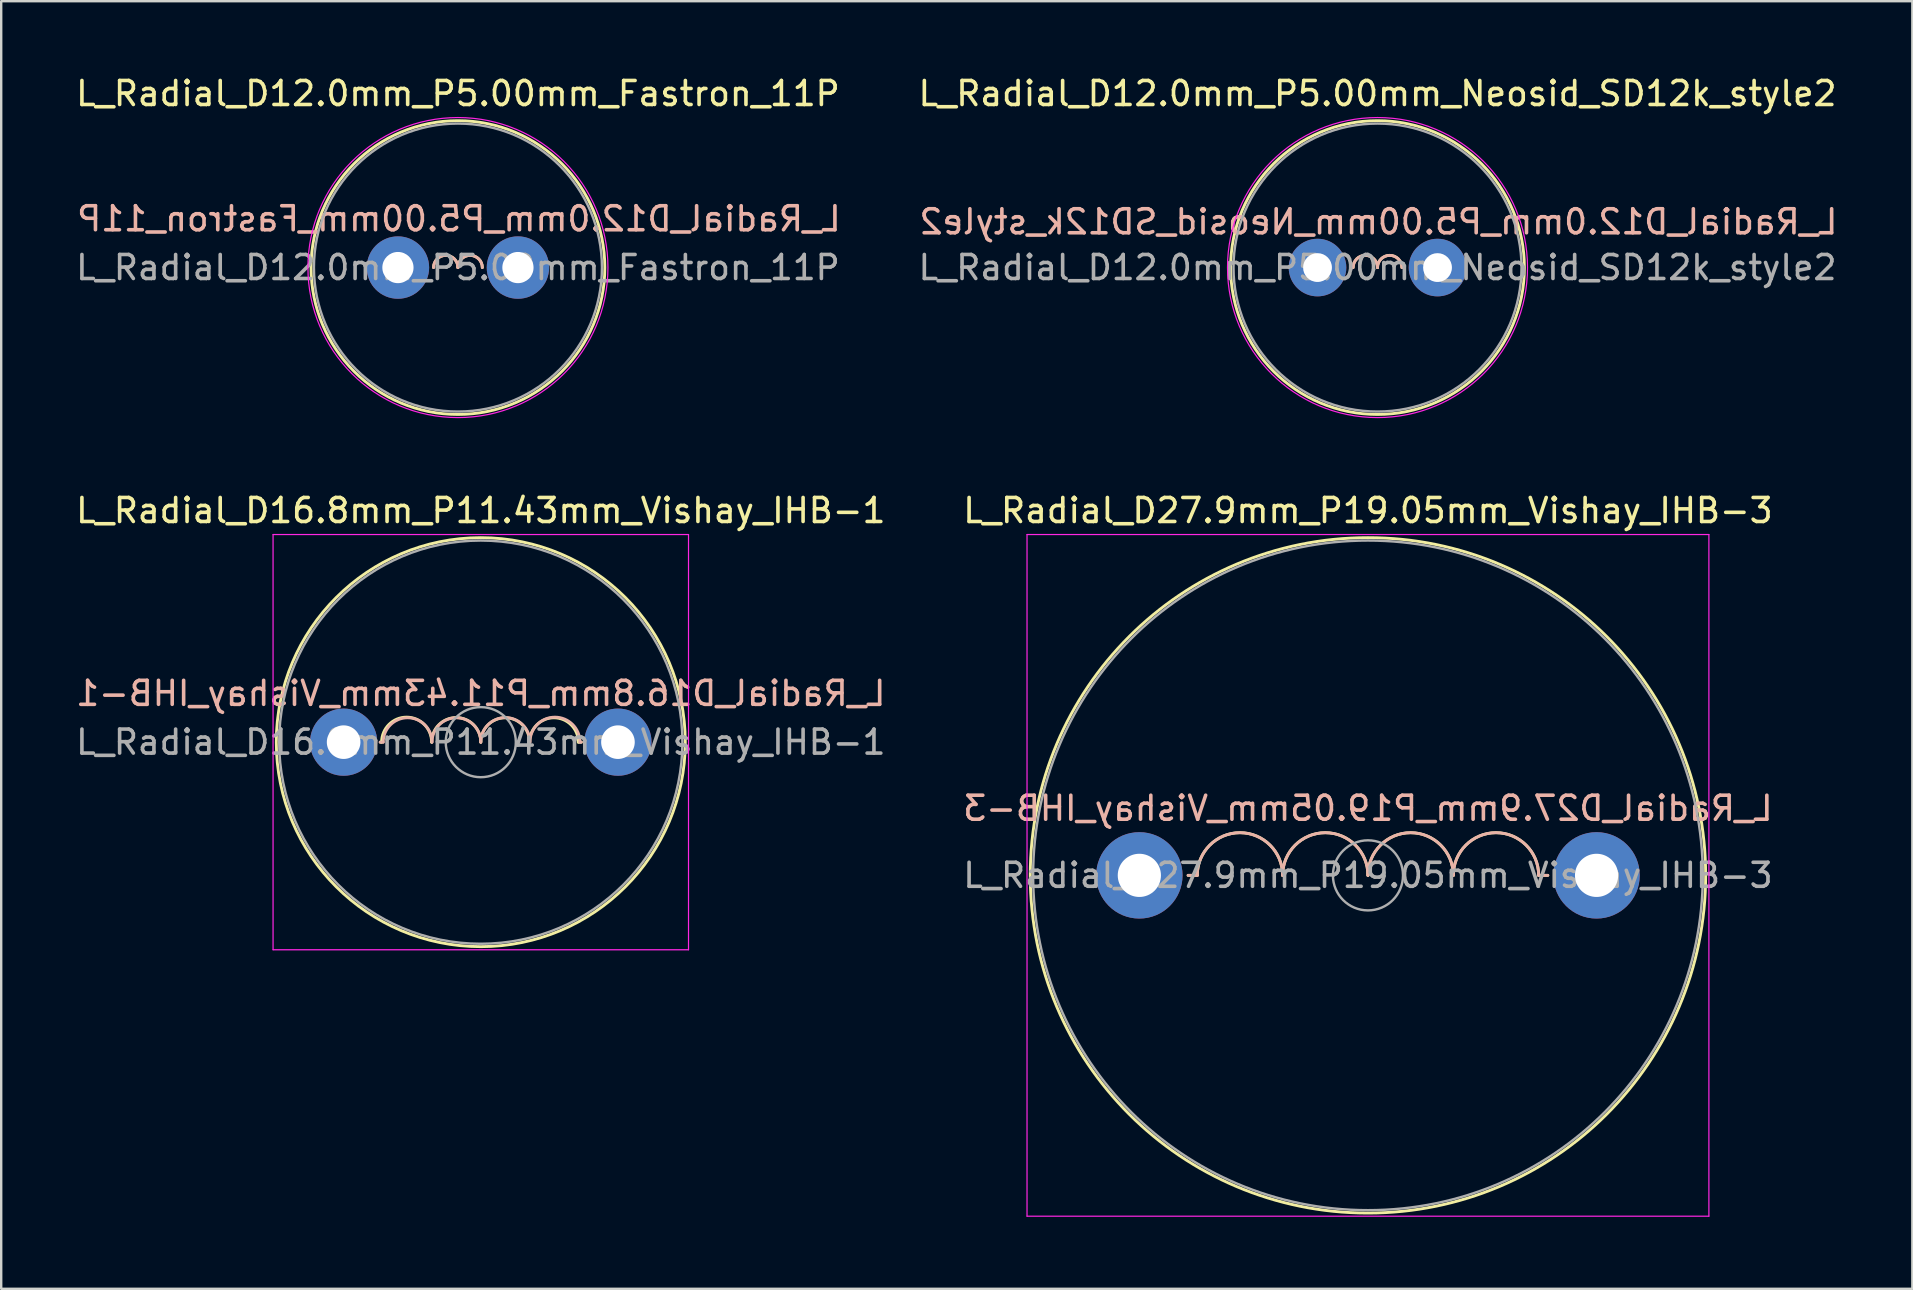
<source format=kicad_pcb>
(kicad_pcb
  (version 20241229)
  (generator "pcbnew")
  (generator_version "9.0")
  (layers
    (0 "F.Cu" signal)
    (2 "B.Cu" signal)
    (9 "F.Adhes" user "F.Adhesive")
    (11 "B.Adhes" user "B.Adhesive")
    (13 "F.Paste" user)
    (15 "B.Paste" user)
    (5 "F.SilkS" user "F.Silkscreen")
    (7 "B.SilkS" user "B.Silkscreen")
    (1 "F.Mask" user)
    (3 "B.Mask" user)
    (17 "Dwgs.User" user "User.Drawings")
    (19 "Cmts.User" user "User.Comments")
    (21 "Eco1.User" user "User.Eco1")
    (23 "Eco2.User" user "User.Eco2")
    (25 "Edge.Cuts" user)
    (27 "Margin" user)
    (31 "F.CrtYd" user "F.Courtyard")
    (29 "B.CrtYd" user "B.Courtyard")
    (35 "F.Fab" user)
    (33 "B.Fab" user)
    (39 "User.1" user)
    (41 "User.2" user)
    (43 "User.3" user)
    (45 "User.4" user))
  (footprint "L_Radial_D27.9mm_P19.05mm_Vishay_IHB-3"
    (layer "F.Cu")
    (at 44.421 33.422)
    (property "Reference" "L_Radial_D27.9mm_P19.05mm_Vishay_IHB-3" (at 9.525 -15.2 0) (layer "F.SilkS") (effects (font (size 1 1) (thickness 0.15))))
    (fp_line (start 2.413 0) (end 2.032 0) (stroke (width 0.12) (type solid)) (layer "F.SilkS"))
    (fp_line (start 16.637 0) (end 17.018 0) (stroke (width 0.12) (type solid)) (layer "F.SilkS"))
    (fp_arc (start 2.413 0) (mid 4.191 -1.778) (end 5.969 0) (stroke (width 0.12) (type solid)) (layer "F.SilkS"))
    (fp_arc (start 5.969 0) (mid 7.747 -1.778) (end 9.525 0) (stroke (width 0.12) (type solid)) (layer "F.SilkS"))
    (fp_arc (start 9.526 0) (mid 11.303 -1.777) (end 13.08 0) (stroke (width 0.12) (type solid)) (layer "F.SilkS"))
    (fp_arc (start 13.081 0) (mid 14.859 -1.778) (end 16.637 0) (stroke (width 0.12) (type solid)) (layer "F.SilkS"))
    (fp_circle (center 9.525 0) (end 23.595 0) (stroke (width 0.12) (type solid)) (fill no) (layer "F.SilkS"))
    (fp_line (start 2.413 0) (end 2.032 0) (stroke (width 0.12) (type solid)) (layer "B.SilkS"))
    (fp_line (start 16.637 0) (end 17.018 0) (stroke (width 0.12) (type solid)) (layer "B.SilkS"))
    (fp_arc (start 2.413 0) (mid 4.191 -1.778) (end 5.969 0) (stroke (width 0.12) (type solid)) (layer "B.SilkS"))
    (fp_arc (start 5.97 0) (mid 7.747 -1.777) (end 9.524 0) (stroke (width 0.12) (type solid)) (layer "B.SilkS"))
    (fp_arc (start 9.525 0) (mid 11.303 -1.778) (end 13.081 0) (stroke (width 0.12) (type solid)) (layer "B.SilkS"))
    (fp_arc (start 13.081 0) (mid 14.859 -1.778) (end 16.637 0) (stroke (width 0.12) (type solid)) (layer "B.SilkS"))
    (fp_line (start -4.68 -14.2) (end -4.68 14.2) (stroke (width 0.05) (type solid)) (layer "F.CrtYd"))
    (fp_line (start -4.68 14.2) (end 23.73 14.2) (stroke (width 0.05) (type solid)) (layer "F.CrtYd"))
    (fp_line (start 23.73 -14.2) (end -4.68 -14.2) (stroke (width 0.05) (type solid)) (layer "F.CrtYd"))
    (fp_line (start 23.73 14.2) (end 23.73 -14.2) (stroke (width 0.05) (type solid)) (layer "F.CrtYd"))
    (fp_circle (center 9.525 0) (end 10.985 0) (stroke (width 0.1) (type solid)) (fill no) (layer "F.Fab"))
    (fp_circle (center 9.525 0) (end 23.475 0) (stroke (width 0.1) (type solid)) (fill no) (layer "F.Fab"))
    (fp_text user "${REFERENCE}" (at 9.525 -2.794 0) (layer "B.SilkS") (effects (font (size 1 1) (thickness 0.15)) (justify mirror)))
    (fp_text user "${REFERENCE}" (at 9.525 0 0) (layer "F.Fab") (effects (font (size 1 1) (thickness 0.15))))
    (pad "1" thru_hole circle (at 0 0) (size 3.6 3.6) (drill 1.8) (layers "*.Cu" "*.Mask"))
    (pad "2" thru_hole circle (at 19.05 0) (size 3.6 3.6) (drill 1.8) (layers "*.Cu" "*.Mask")))
  (footprint "L_Radial_D12.0mm_P5.00mm_Fastron_11P"
    (layer "F.Cu")
    (at 13.53 8.098)
    (property "Reference" "L_Radial_D12.0mm_P5.00mm_Fastron_11P" (at 2.5 -7.25 0) (layer "F.SilkS") (effects (font (size 1 1) (thickness 0.15))))
    (fp_arc (start 1.484 0) (mid 1.992 -0.508) (end 2.5 0) (stroke (width 0.12) (type solid)) (layer "F.SilkS"))
    (fp_arc (start 2.5 0) (mid 3.008 -0.508) (end 3.516 0) (stroke (width 0.12) (type solid)) (layer "F.SilkS"))
    (fp_circle (center 2.5 0) (end 8.62 0) (stroke (width 0.12) (type solid)) (fill no) (layer "F.SilkS"))
    (fp_arc (start 1.484 0) (mid 1.992 -0.508) (end 2.5 0) (stroke (width 0.12) (type solid)) (layer "B.SilkS"))
    (fp_arc (start 2.5 0) (mid 3.008 -0.508) (end 3.516 0) (stroke (width 0.12) (type solid)) (layer "B.SilkS"))
    (fp_circle (center 2.5 0) (end 8.75 0) (stroke (width 0.05) (type solid)) (fill no) (layer "F.CrtYd"))
    (fp_circle (center 2.5 0) (end 8.5 0) (stroke (width 0.1) (type solid)) (fill no) (layer "F.Fab"))
    (fp_text user "${REFERENCE}" (at 2.54 -2.032 0) (layer "B.SilkS") (effects (font (size 1 1) (thickness 0.15)) (justify mirror)))
    (fp_text user "${REFERENCE}" (at 2.5 0 0) (layer "F.Fab") (effects (font (size 1 1) (thickness 0.15))))
    (pad "1" thru_hole circle (at 0 0) (size 2.6 2.6) (drill 1.3) (layers "*.Cu" "*.Mask"))
    (pad "2" thru_hole circle (at 5 0) (size 2.6 2.6) (drill 1.3) (layers "*.Cu" "*.Mask")))
  (footprint "L_Radial_D12.0mm_P5.00mm_Neosid_SD12k_style2"
    (layer "F.Cu")
    (at 51.844 8.098)
    (property "Reference" "L_Radial_D12.0mm_P5.00mm_Neosid_SD12k_style2" (at 2.5 -7.25 0) (layer "F.SilkS") (effects (font (size 1 1) (thickness 0.15))))
    (fp_arc (start 1.484 0) (mid 1.992 -0.508) (end 2.5 0) (stroke (width 0.12) (type solid)) (layer "F.SilkS"))
    (fp_arc (start 2.5 0) (mid 3.008 -0.508) (end 3.516 0) (stroke (width 0.12) (type solid)) (layer "F.SilkS"))
    (fp_circle (center 2.5 0) (end 8.62 0) (stroke (width 0.12) (type solid)) (fill no) (layer "F.SilkS"))
    (fp_arc (start 1.484 0) (mid 1.992 -0.508) (end 2.5 0) (stroke (width 0.12) (type solid)) (layer "B.SilkS"))
    (fp_arc (start 2.5 0) (mid 3.008 -0.508) (end 3.516 0) (stroke (width 0.12) (type solid)) (layer "B.SilkS"))
    (fp_circle (center 2.5 0) (end 8.75 0) (stroke (width 0.05) (type solid)) (fill no) (layer "F.CrtYd"))
    (fp_circle (center 2.5 0) (end 8.5 0) (stroke (width 0.1) (type solid)) (fill no) (layer "F.Fab"))
    (fp_text user "${REFERENCE}" (at 2.54 -1.905 0) (layer "B.SilkS") (effects (font (size 1 1) (thickness 0.15)) (justify mirror)))
    (fp_text user "${REFERENCE}" (at 2.5 0 0) (layer "F.Fab") (effects (font (size 1 1) (thickness 0.15))))
    (pad "1" thru_hole circle (at 0 0) (size 2.4 2.4) (drill 1.2) (layers "*.Cu" "*.Mask"))
    (pad "2" thru_hole circle (at 5 0) (size 2.4 2.4) (drill 1.2) (layers "*.Cu" "*.Mask")))
  (footprint "L_Radial_D16.8mm_P11.43mm_Vishay_IHB-1"
    (layer "F.Cu")
    (at 11.267 27.872)
    (property "Reference" "L_Radial_D16.8mm_P11.43mm_Vishay_IHB-1" (at 5.715 -9.65 0) (layer "F.SilkS") (effects (font (size 1 1) (thickness 0.15))))
    (fp_line (start 1.583 0) (end 1.524 0) (stroke (width 0.12) (type solid)) (layer "F.SilkS"))
    (fp_line (start 9.779 0) (end 9.906 0) (stroke (width 0.12) (type solid)) (layer "F.SilkS"))
    (fp_arc (start 1.583 0) (mid 2.6245 -1.0415) (end 3.666 0) (stroke (width 0.12) (type solid)) (layer "F.SilkS"))
    (fp_arc (start 3.666 0) (mid 4.6905 -1.0245) (end 5.715 0) (stroke (width 0.12) (type solid)) (layer "F.SilkS"))
    (fp_arc (start 5.715 0) (mid 6.731 -1.016) (end 7.747 0) (stroke (width 0.12) (type solid)) (layer "F.SilkS"))
    (fp_arc (start 7.747 0) (mid 8.763 -1.016) (end 9.779 0) (stroke (width 0.12) (type solid)) (layer "F.SilkS"))
    (fp_circle (center 5.715 0) (end 14.235 0) (stroke (width 0.12) (type solid)) (fill no) (layer "F.SilkS"))
    (fp_line (start 1.651 0) (end 1.524 0) (stroke (width 0.12) (type solid)) (layer "B.SilkS"))
    (fp_line (start 9.847 0) (end 9.906 0) (stroke (width 0.12) (type solid)) (layer "B.SilkS"))
    (fp_arc (start 1.651 0) (mid 2.667 -1.016) (end 3.683 0) (stroke (width 0.12) (type solid)) (layer "B.SilkS"))
    (fp_arc (start 3.683 0) (mid 4.699 -1.016) (end 5.715 0) (stroke (width 0.12) (type solid)) (layer "B.SilkS"))
    (fp_arc (start 5.715 0) (mid 6.7395 -1.0245) (end 7.764 0) (stroke (width 0.12) (type solid)) (layer "B.SilkS"))
    (fp_arc (start 7.764 0) (mid 8.8055 -1.0415) (end 9.847 0) (stroke (width 0.12) (type solid)) (layer "B.SilkS"))
    (fp_line (start -2.94 -8.65) (end -2.94 8.65) (stroke (width 0.05) (type solid)) (layer "F.CrtYd"))
    (fp_line (start -2.94 8.65) (end 14.37 8.65) (stroke (width 0.05) (type solid)) (layer "F.CrtYd"))
    (fp_line (start 14.37 -8.65) (end -2.94 -8.65) (stroke (width 0.05) (type solid)) (layer "F.CrtYd"))
    (fp_line (start 14.37 8.65) (end 14.37 -8.65) (stroke (width 0.05) (type solid)) (layer "F.CrtYd"))
    (fp_circle (center 5.715 0) (end 7.175 0) (stroke (width 0.1) (type solid)) (fill no) (layer "F.Fab"))
    (fp_circle (center 5.715 0) (end 14.115 0) (stroke (width 0.1) (type solid)) (fill no) (layer "F.Fab"))
    (fp_text user "${REFERENCE}" (at 5.715 -2.032 0) (layer "B.SilkS") (effects (font (size 1 1) (thickness 0.15)) (justify mirror)))
    (fp_text user "${REFERENCE}" (at 5.715 0 0) (layer "F.Fab") (effects (font (size 1 1) (thickness 0.15))))
    (pad "1" thru_hole circle (at 0 0) (size 2.8 2.8) (drill 1.4) (layers "*.Cu" "*.Mask"))
    (pad "2" thru_hole circle (at 11.43 0) (size 2.8 2.8) (drill 1.4) (layers "*.Cu" "*.Mask")))
  (gr_rect
    (start -3 -3)
    (end 76.628 50.647)
    (stroke (width 0.1) (type default))
    (fill no)
    (layer "Edge.Cuts")))
</source>
